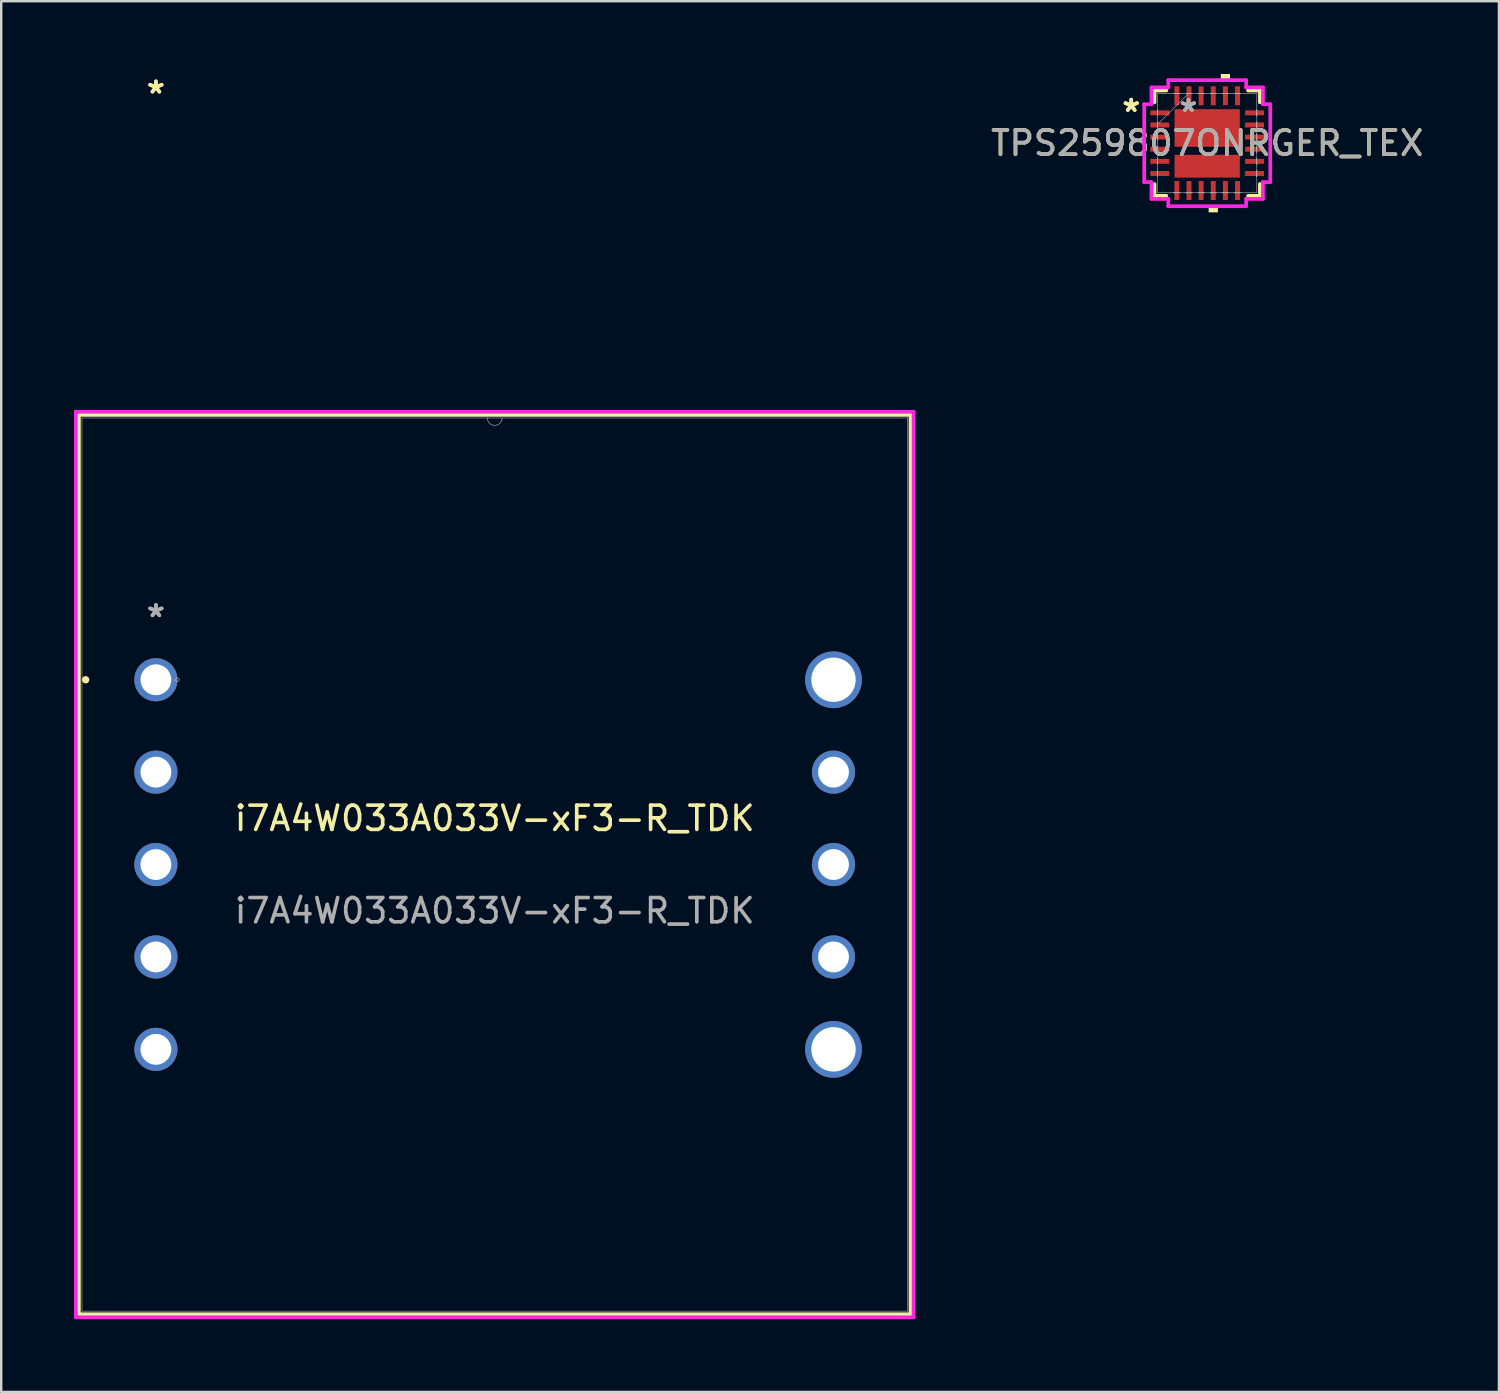
<source format=kicad_pcb>
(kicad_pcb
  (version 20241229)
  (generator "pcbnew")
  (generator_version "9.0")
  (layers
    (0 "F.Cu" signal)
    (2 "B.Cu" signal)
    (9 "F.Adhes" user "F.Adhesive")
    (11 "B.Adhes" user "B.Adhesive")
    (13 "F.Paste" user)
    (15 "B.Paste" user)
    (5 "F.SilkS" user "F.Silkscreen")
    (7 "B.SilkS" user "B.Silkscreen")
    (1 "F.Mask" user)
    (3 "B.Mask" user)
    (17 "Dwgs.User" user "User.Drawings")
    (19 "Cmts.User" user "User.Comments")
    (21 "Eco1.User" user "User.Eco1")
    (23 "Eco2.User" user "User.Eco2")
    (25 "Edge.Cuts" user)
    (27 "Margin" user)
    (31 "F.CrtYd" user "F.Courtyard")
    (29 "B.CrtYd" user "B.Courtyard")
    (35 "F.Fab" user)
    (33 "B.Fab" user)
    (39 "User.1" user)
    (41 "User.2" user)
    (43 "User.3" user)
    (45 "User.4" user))
  (footprint "i7A4W033A033V-xF3-R_TDK"
    (layer "F.Cu")
    (at 3.378 24.978)
    (property "Reference" "i7A4W033A033V-xF3-R_TDK" (at 13.97 5.715 0) (unlocked yes) (layer "F.SilkS") (effects (font (size 1 1) (thickness 0.15))))
    (attr through_hole)
    (fp_line (start -3.175 -10.922) (end -3.175 26.162) (stroke (width 0.152) (type solid)) (layer "F.SilkS"))
    (fp_line (start -3.175 26.162) (end 31.115 26.162) (stroke (width 0.152) (type solid)) (layer "F.SilkS"))
    (fp_line (start 31.115 -10.922) (end -3.175 -10.922) (stroke (width 0.152) (type solid)) (layer "F.SilkS"))
    (fp_line (start 31.115 26.162) (end 31.115 -10.922) (stroke (width 0.152) (type solid)) (layer "F.SilkS"))
    (fp_circle (center -2.896 0) (end -2.819 0) (stroke (width 0.152) (type solid)) (fill no) (layer "F.SilkS"))
    (fp_line (start -3.302 -11.049) (end 31.242 -11.049) (stroke (width 0.152) (type solid)) (layer "F.CrtYd"))
    (fp_line (start -3.302 26.289) (end -3.302 -11.049) (stroke (width 0.152) (type solid)) (layer "F.CrtYd"))
    (fp_line (start 31.242 -11.049) (end 31.242 26.289) (stroke (width 0.152) (type solid)) (layer "F.CrtYd"))
    (fp_line (start 31.242 26.289) (end -3.302 26.289) (stroke (width 0.152) (type solid)) (layer "F.CrtYd"))
    (fp_line (start -3.048 -10.795) (end -3.048 26.035) (stroke (width 0.025) (type solid)) (layer "F.Fab"))
    (fp_line (start -3.048 26.035) (end 30.988 26.035) (stroke (width 0.025) (type solid)) (layer "F.Fab"))
    (fp_line (start 30.988 -10.795) (end -3.048 -10.795) (stroke (width 0.025) (type solid)) (layer "F.Fab"))
    (fp_line (start 30.988 26.035) (end 30.988 -10.795) (stroke (width 0.025) (type solid)) (layer "F.Fab"))
    (fp_arc (start 14.2748 -10.795) (mid 13.97 -10.4902) (end 13.6652 -10.795) (stroke (width 0.0254) (type solid)) (layer "F.Fab"))
    (fp_circle (center 0.889 0) (end 0.965 0) (stroke (width 0.025) (type solid)) (fill no) (layer "F.Fab"))
    (fp_text user "*" (at 0 -24.13 0) (unlocked yes) (layer "F.SilkS") (effects (font (size 1 1) (thickness 0.15))))
    (fp_text user "*" (at 0 -24.13 0) (layer "F.SilkS") (effects (font (size 1 1) (thickness 0.15))))
    (fp_text user "*" (at 0 -2.54 0) (layer "F.Fab") (effects (font (size 1 1) (thickness 0.15))))
    (fp_text user "${REFERENCE}" (at 13.97 9.525 0) (unlocked yes) (layer "F.Fab") (effects (font (size 1 1) (thickness 0.15))))
    (fp_text user "*" (at 0 -2.54 0) (unlocked yes) (layer "F.Fab") (effects (font (size 1 1) (thickness 0.15))))
    (pad "1" thru_hole circle (at 0 0) (size 1.778 1.778) (drill 1.27) (layers "*.Cu" "*.Mask"))
    (pad "2" thru_hole circle (at 0 7.62) (size 1.778 1.778) (drill 1.27) (layers "*.Cu" "*.Mask"))
    (pad "3" thru_hole circle (at 0 15.24) (size 1.778 1.778) (drill 1.27) (layers "*.Cu" "*.Mask"))
    (pad "4" thru_hole circle (at 27.94 15.24) (size 2.337 2.337) (drill 1.829) (layers "*.Cu" "*.Mask"))
    (pad "5" thru_hole circle (at 27.94 11.43) (size 1.778 1.778) (drill 1.27) (layers "*.Cu" "*.Mask"))
    (pad "6" thru_hole circle (at 27.94 7.62) (size 1.778 1.778) (drill 1.27) (layers "*.Cu" "*.Mask"))
    (pad "7" thru_hole circle (at 27.94 3.81) (size 1.778 1.778) (drill 1.27) (layers "*.Cu" "*.Mask"))
    (pad "8" thru_hole circle (at 27.94 0) (size 2.337 2.337) (drill 1.829) (layers "*.Cu" "*.Mask"))
    (pad "9" thru_hole circle (at 0 3.81) (size 1.778 1.778) (drill 1.27) (layers "*.Cu" "*.Mask"))
    (pad "10" thru_hole circle (at 0 11.43) (size 1.778 1.778) (drill 1.27) (layers "*.Cu" "*.Mask")))
  (footprint "TPS259807ONRGER_TEX"
    (layer "F.Cu")
    (at 46.726 2.853)
    (property "Reference" "TPS259807ONRGER_TEX" (at 0 0 0) (unlocked yes) (layer "F.SilkS") (effects (font (size 1 1) (thickness 0.15))))
    (attr smd)
    (fp_line (start -2.172 -2.172) (end -2.172 -1.685) (stroke (width 0.152) (type solid)) (layer "F.SilkS"))
    (fp_line (start -2.172 1.685) (end -2.172 2.172) (stroke (width 0.152) (type solid)) (layer "F.SilkS"))
    (fp_line (start -2.172 2.172) (end -1.685 2.172) (stroke (width 0.152) (type solid)) (layer "F.SilkS"))
    (fp_line (start -1.685 -2.172) (end -2.172 -2.172) (stroke (width 0.152) (type solid)) (layer "F.SilkS"))
    (fp_line (start 1.685 2.172) (end 2.172 2.172) (stroke (width 0.152) (type solid)) (layer "F.SilkS"))
    (fp_line (start 2.172 -2.172) (end 1.685 -2.172) (stroke (width 0.152) (type solid)) (layer "F.SilkS"))
    (fp_line (start 2.172 -1.685) (end 2.172 -2.172) (stroke (width 0.152) (type solid)) (layer "F.SilkS"))
    (fp_line (start 2.172 2.172) (end 2.172 1.685) (stroke (width 0.152) (type solid)) (layer "F.SilkS"))
    (fp_poly (pts (xy 0.059 2.599) (xy 0.059 2.853) (xy 0.441 2.853) (xy 0.441 2.599)) (stroke (width 0) (type solid)) (fill yes) (layer "F.SilkS"))
    (fp_poly (pts (xy 0.56 -2.599) (xy 0.56 -2.853) (xy 0.941 -2.853) (xy 0.941 -2.599)) (stroke (width 0) (type solid)) (fill yes) (layer "F.SilkS"))
    (fp_line (start -2.599 -1.606) (end -2.299 -1.606) (stroke (width 0.152) (type solid)) (layer "F.CrtYd"))
    (fp_line (start -2.599 1.606) (end -2.599 -1.606) (stroke (width 0.152) (type solid)) (layer "F.CrtYd"))
    (fp_line (start -2.299 -2.299) (end -1.606 -2.299) (stroke (width 0.152) (type solid)) (layer "F.CrtYd"))
    (fp_line (start -2.299 -1.606) (end -2.299 -2.299) (stroke (width 0.152) (type solid)) (layer "F.CrtYd"))
    (fp_line (start -2.299 1.606) (end -2.599 1.606) (stroke (width 0.152) (type solid)) (layer "F.CrtYd"))
    (fp_line (start -2.299 2.299) (end -2.299 1.606) (stroke (width 0.152) (type solid)) (layer "F.CrtYd"))
    (fp_line (start -1.606 -2.599) (end 1.606 -2.599) (stroke (width 0.152) (type solid)) (layer "F.CrtYd"))
    (fp_line (start -1.606 -2.299) (end -1.606 -2.599) (stroke (width 0.152) (type solid)) (layer "F.CrtYd"))
    (fp_line (start -1.606 2.299) (end -2.299 2.299) (stroke (width 0.152) (type solid)) (layer "F.CrtYd"))
    (fp_line (start -1.606 2.599) (end -1.606 2.299) (stroke (width 0.152) (type solid)) (layer "F.CrtYd"))
    (fp_line (start 1.606 -2.599) (end 1.606 -2.299) (stroke (width 0.152) (type solid)) (layer "F.CrtYd"))
    (fp_line (start 1.606 -2.299) (end 2.299 -2.299) (stroke (width 0.152) (type solid)) (layer "F.CrtYd"))
    (fp_line (start 1.606 2.299) (end 1.606 2.599) (stroke (width 0.152) (type solid)) (layer "F.CrtYd"))
    (fp_line (start 1.606 2.599) (end -1.606 2.599) (stroke (width 0.152) (type solid)) (layer "F.CrtYd"))
    (fp_line (start 2.299 -2.299) (end 2.299 -1.606) (stroke (width 0.152) (type solid)) (layer "F.CrtYd"))
    (fp_line (start 2.299 -1.606) (end 2.599 -1.606) (stroke (width 0.152) (type solid)) (layer "F.CrtYd"))
    (fp_line (start 2.299 1.606) (end 2.299 2.299) (stroke (width 0.152) (type solid)) (layer "F.CrtYd"))
    (fp_line (start 2.299 2.299) (end 1.606 2.299) (stroke (width 0.152) (type solid)) (layer "F.CrtYd"))
    (fp_line (start 2.599 -1.606) (end 2.599 1.606) (stroke (width 0.152) (type solid)) (layer "F.CrtYd"))
    (fp_line (start 2.599 1.606) (end 2.299 1.606) (stroke (width 0.152) (type solid)) (layer "F.CrtYd"))
    (fp_line (start -2.045 -2.045) (end -2.045 2.045) (stroke (width 0.025) (type solid)) (layer "F.Fab"))
    (fp_line (start -2.045 -1.377) (end -2.045 -1.377) (stroke (width 0.025) (type solid)) (layer "F.Fab"))
    (fp_line (start -2.045 -1.377) (end -2.045 -1.123) (stroke (width 0.025) (type solid)) (layer "F.Fab"))
    (fp_line (start -2.045 -1.123) (end -2.045 -1.377) (stroke (width 0.025) (type solid)) (layer "F.Fab"))
    (fp_line (start -2.045 -1.123) (end -2.045 -1.123) (stroke (width 0.025) (type solid)) (layer "F.Fab"))
    (fp_line (start -2.045 -0.877) (end -2.045 -0.877) (stroke (width 0.025) (type solid)) (layer "F.Fab"))
    (fp_line (start -2.045 -0.877) (end -2.045 -0.623) (stroke (width 0.025) (type solid)) (layer "F.Fab"))
    (fp_line (start -2.045 -0.775) (end -0.775 -2.045) (stroke (width 0.025) (type solid)) (layer "F.Fab"))
    (fp_line (start -2.045 -0.623) (end -2.045 -0.877) (stroke (width 0.025) (type solid)) (layer "F.Fab"))
    (fp_line (start -2.045 -0.623) (end -2.045 -0.623) (stroke (width 0.025) (type solid)) (layer "F.Fab"))
    (fp_line (start -2.045 -0.377) (end -2.045 -0.377) (stroke (width 0.025) (type solid)) (layer "F.Fab"))
    (fp_line (start -2.045 -0.377) (end -2.045 -0.123) (stroke (width 0.025) (type solid)) (layer "F.Fab"))
    (fp_line (start -2.045 -0.123) (end -2.045 -0.377) (stroke (width 0.025) (type solid)) (layer "F.Fab"))
    (fp_line (start -2.045 -0.123) (end -2.045 -0.123) (stroke (width 0.025) (type solid)) (layer "F.Fab"))
    (fp_line (start -2.045 0.123) (end -2.045 0.123) (stroke (width 0.025) (type solid)) (layer "F.Fab"))
    (fp_line (start -2.045 0.123) (end -2.045 0.377) (stroke (width 0.025) (type solid)) (layer "F.Fab"))
    (fp_line (start -2.045 0.377) (end -2.045 0.123) (stroke (width 0.025) (type solid)) (layer "F.Fab"))
    (fp_line (start -2.045 0.377) (end -2.045 0.377) (stroke (width 0.025) (type solid)) (layer "F.Fab"))
    (fp_line (start -2.045 0.623) (end -2.045 0.623) (stroke (width 0.025) (type solid)) (layer "F.Fab"))
    (fp_line (start -2.045 0.623) (end -2.045 0.877) (stroke (width 0.025) (type solid)) (layer "F.Fab"))
    (fp_line (start -2.045 0.877) (end -2.045 0.623) (stroke (width 0.025) (type solid)) (layer "F.Fab"))
    (fp_line (start -2.045 0.877) (end -2.045 0.877) (stroke (width 0.025) (type solid)) (layer "F.Fab"))
    (fp_line (start -2.045 1.123) (end -2.045 1.123) (stroke (width 0.025) (type solid)) (layer "F.Fab"))
    (fp_line (start -2.045 1.123) (end -2.045 1.377) (stroke (width 0.025) (type solid)) (layer "F.Fab"))
    (fp_line (start -2.045 1.377) (end -2.045 1.123) (stroke (width 0.025) (type solid)) (layer "F.Fab"))
    (fp_line (start -2.045 1.377) (end -2.045 1.377) (stroke (width 0.025) (type solid)) (layer "F.Fab"))
    (fp_line (start -2.045 2.045) (end 2.045 2.045) (stroke (width 0.025) (type solid)) (layer "F.Fab"))
    (fp_line (start -1.377 -2.045) (end -1.377 -2.045) (stroke (width 0.025) (type solid)) (layer "F.Fab"))
    (fp_line (start -1.377 -2.045) (end -1.123 -2.045) (stroke (width 0.025) (type solid)) (layer "F.Fab"))
    (fp_line (start -1.377 2.045) (end -1.377 2.045) (stroke (width 0.025) (type solid)) (layer "F.Fab"))
    (fp_line (start -1.377 2.045) (end -1.123 2.045) (stroke (width 0.025) (type solid)) (layer "F.Fab"))
    (fp_line (start -1.123 -2.045) (end -1.377 -2.045) (stroke (width 0.025) (type solid)) (layer "F.Fab"))
    (fp_line (start -1.123 -2.045) (end -1.123 -2.045) (stroke (width 0.025) (type solid)) (layer "F.Fab"))
    (fp_line (start -1.123 2.045) (end -1.377 2.045) (stroke (width 0.025) (type solid)) (layer "F.Fab"))
    (fp_line (start -1.123 2.045) (end -1.123 2.045) (stroke (width 0.025) (type solid)) (layer "F.Fab"))
    (fp_line (start -0.877 -2.045) (end -0.877 -2.045) (stroke (width 0.025) (type solid)) (layer "F.Fab"))
    (fp_line (start -0.877 -2.045) (end -0.623 -2.045) (stroke (width 0.025) (type solid)) (layer "F.Fab"))
    (fp_line (start -0.877 2.045) (end -0.877 2.045) (stroke (width 0.025) (type solid)) (layer "F.Fab"))
    (fp_line (start -0.877 2.045) (end -0.623 2.045) (stroke (width 0.025) (type solid)) (layer "F.Fab"))
    (fp_line (start -0.623 -2.045) (end -0.877 -2.045) (stroke (width 0.025) (type solid)) (layer "F.Fab"))
    (fp_line (start -0.623 -2.045) (end -0.623 -2.045) (stroke (width 0.025) (type solid)) (layer "F.Fab"))
    (fp_line (start -0.623 2.045) (end -0.877 2.045) (stroke (width 0.025) (type solid)) (layer "F.Fab"))
    (fp_line (start -0.623 2.045) (end -0.623 2.045) (stroke (width 0.025) (type solid)) (layer "F.Fab"))
    (fp_line (start -0.377 -2.045) (end -0.377 -2.045) (stroke (width 0.025) (type solid)) (layer "F.Fab"))
    (fp_line (start -0.377 -2.045) (end -0.123 -2.045) (stroke (width 0.025) (type solid)) (layer "F.Fab"))
    (fp_line (start -0.377 2.045) (end -0.377 2.045) (stroke (width 0.025) (type solid)) (layer "F.Fab"))
    (fp_line (start -0.377 2.045) (end -0.123 2.045) (stroke (width 0.025) (type solid)) (layer "F.Fab"))
    (fp_line (start -0.123 -2.045) (end -0.377 -2.045) (stroke (width 0.025) (type solid)) (layer "F.Fab"))
    (fp_line (start -0.123 -2.045) (end -0.123 -2.045) (stroke (width 0.025) (type solid)) (layer "F.Fab"))
    (fp_line (start -0.123 2.045) (end -0.377 2.045) (stroke (width 0.025) (type solid)) (layer "F.Fab"))
    (fp_line (start -0.123 2.045) (end -0.123 2.045) (stroke (width 0.025) (type solid)) (layer "F.Fab"))
    (fp_line (start 0.123 -2.045) (end 0.123 -2.045) (stroke (width 0.025) (type solid)) (layer "F.Fab"))
    (fp_line (start 0.123 -2.045) (end 0.377 -2.045) (stroke (width 0.025) (type solid)) (layer "F.Fab"))
    (fp_line (start 0.123 2.045) (end 0.123 2.045) (stroke (width 0.025) (type solid)) (layer "F.Fab"))
    (fp_line (start 0.123 2.045) (end 0.377 2.045) (stroke (width 0.025) (type solid)) (layer "F.Fab"))
    (fp_line (start 0.377 -2.045) (end 0.123 -2.045) (stroke (width 0.025) (type solid)) (layer "F.Fab"))
    (fp_line (start 0.377 -2.045) (end 0.377 -2.045) (stroke (width 0.025) (type solid)) (layer "F.Fab"))
    (fp_line (start 0.377 2.045) (end 0.123 2.045) (stroke (width 0.025) (type solid)) (layer "F.Fab"))
    (fp_line (start 0.377 2.045) (end 0.377 2.045) (stroke (width 0.025) (type solid)) (layer "F.Fab"))
    (fp_line (start 0.623 -2.045) (end 0.623 -2.045) (stroke (width 0.025) (type solid)) (layer "F.Fab"))
    (fp_line (start 0.623 -2.045) (end 0.877 -2.045) (stroke (width 0.025) (type solid)) (layer "F.Fab"))
    (fp_line (start 0.623 2.045) (end 0.623 2.045) (stroke (width 0.025) (type solid)) (layer "F.Fab"))
    (fp_line (start 0.623 2.045) (end 0.877 2.045) (stroke (width 0.025) (type solid)) (layer "F.Fab"))
    (fp_line (start 0.877 -2.045) (end 0.623 -2.045) (stroke (width 0.025) (type solid)) (layer "F.Fab"))
    (fp_line (start 0.877 -2.045) (end 0.877 -2.045) (stroke (width 0.025) (type solid)) (layer "F.Fab"))
    (fp_line (start 0.877 2.045) (end 0.623 2.045) (stroke (width 0.025) (type solid)) (layer "F.Fab"))
    (fp_line (start 0.877 2.045) (end 0.877 2.045) (stroke (width 0.025) (type solid)) (layer "F.Fab"))
    (fp_line (start 1.123 -2.045) (end 1.123 -2.045) (stroke (width 0.025) (type solid)) (layer "F.Fab"))
    (fp_line (start 1.123 -2.045) (end 1.377 -2.045) (stroke (width 0.025) (type solid)) (layer "F.Fab"))
    (fp_line (start 1.123 2.045) (end 1.123 2.045) (stroke (width 0.025) (type solid)) (layer "F.Fab"))
    (fp_line (start 1.123 2.045) (end 1.377 2.045) (stroke (width 0.025) (type solid)) (layer "F.Fab"))
    (fp_line (start 1.377 -2.045) (end 1.123 -2.045) (stroke (width 0.025) (type solid)) (layer "F.Fab"))
    (fp_line (start 1.377 -2.045) (end 1.377 -2.045) (stroke (width 0.025) (type solid)) (layer "F.Fab"))
    (fp_line (start 1.377 2.045) (end 1.123 2.045) (stroke (width 0.025) (type solid)) (layer "F.Fab"))
    (fp_line (start 1.377 2.045) (end 1.377 2.045) (stroke (width 0.025) (type solid)) (layer "F.Fab"))
    (fp_line (start 2.045 -2.045) (end -2.045 -2.045) (stroke (width 0.025) (type solid)) (layer "F.Fab"))
    (fp_line (start 2.045 -1.377) (end 2.045 -1.377) (stroke (width 0.025) (type solid)) (layer "F.Fab"))
    (fp_line (start 2.045 -1.377) (end 2.045 -1.123) (stroke (width 0.025) (type solid)) (layer "F.Fab"))
    (fp_line (start 2.045 -1.123) (end 2.045 -1.377) (stroke (width 0.025) (type solid)) (layer "F.Fab"))
    (fp_line (start 2.045 -1.123) (end 2.045 -1.123) (stroke (width 0.025) (type solid)) (layer "F.Fab"))
    (fp_line (start 2.045 -0.877) (end 2.045 -0.877) (stroke (width 0.025) (type solid)) (layer "F.Fab"))
    (fp_line (start 2.045 -0.877) (end 2.045 -0.623) (stroke (width 0.025) (type solid)) (layer "F.Fab"))
    (fp_line (start 2.045 -0.623) (end 2.045 -0.877) (stroke (width 0.025) (type solid)) (layer "F.Fab"))
    (fp_line (start 2.045 -0.623) (end 2.045 -0.623) (stroke (width 0.025) (type solid)) (layer "F.Fab"))
    (fp_line (start 2.045 -0.377) (end 2.045 -0.377) (stroke (width 0.025) (type solid)) (layer "F.Fab"))
    (fp_line (start 2.045 -0.377) (end 2.045 -0.123) (stroke (width 0.025) (type solid)) (layer "F.Fab"))
    (fp_line (start 2.045 -0.123) (end 2.045 -0.377) (stroke (width 0.025) (type solid)) (layer "F.Fab"))
    (fp_line (start 2.045 -0.123) (end 2.045 -0.123) (stroke (width 0.025) (type solid)) (layer "F.Fab"))
    (fp_line (start 2.045 0.123) (end 2.045 0.123) (stroke (width 0.025) (type solid)) (layer "F.Fab"))
    (fp_line (start 2.045 0.123) (end 2.045 0.377) (stroke (width 0.025) (type solid)) (layer "F.Fab"))
    (fp_line (start 2.045 0.377) (end 2.045 0.123) (stroke (width 0.025) (type solid)) (layer "F.Fab"))
    (fp_line (start 2.045 0.377) (end 2.045 0.377) (stroke (width 0.025) (type solid)) (layer "F.Fab"))
    (fp_line (start 2.045 0.623) (end 2.045 0.623) (stroke (width 0.025) (type solid)) (layer "F.Fab"))
    (fp_line (start 2.045 0.623) (end 2.045 0.877) (stroke (width 0.025) (type solid)) (layer "F.Fab"))
    (fp_line (start 2.045 0.877) (end 2.045 0.623) (stroke (width 0.025) (type solid)) (layer "F.Fab"))
    (fp_line (start 2.045 0.877) (end 2.045 0.877) (stroke (width 0.025) (type solid)) (layer "F.Fab"))
    (fp_line (start 2.045 1.123) (end 2.045 1.123) (stroke (width 0.025) (type solid)) (layer "F.Fab"))
    (fp_line (start 2.045 1.123) (end 2.045 1.377) (stroke (width 0.025) (type solid)) (layer "F.Fab"))
    (fp_line (start 2.045 1.377) (end 2.045 1.123) (stroke (width 0.025) (type solid)) (layer "F.Fab"))
    (fp_line (start 2.045 1.377) (end 2.045 1.377) (stroke (width 0.025) (type solid)) (layer "F.Fab"))
    (fp_line (start 2.045 2.045) (end 2.045 -2.045) (stroke (width 0.025) (type solid)) (layer "F.Fab"))
    (fp_text user "*" (at -3.132 -1.25 0) (layer "F.SilkS") (effects (font (size 1 1) (thickness 0.15))))
    (fp_text user "*" (at -3.132 -1.25 0) (unlocked yes) (layer "F.SilkS") (effects (font (size 1 1) (thickness 0.15))))
    (fp_text user "${REFERENCE}" (at 0 0 0) (unlocked yes) (layer "F.Fab") (effects (font (size 1 1) (thickness 0.15))))
    (fp_text user "*" (at -0.775 -1.25 0) (layer "F.Fab") (effects (font (size 1 1) (thickness 0.15))))
    (fp_text user "*" (at -0.775 -1.25 0) (unlocked yes) (layer "F.Fab") (effects (font (size 1 1) (thickness 0.15))))
    (pad "1" smd rect (at -1.953 -1.25 90) (size 0.204 0.783) (layers "F.Cu" "F.Mask" "F.Paste"))
    (pad "2" smd rect (at -1.953 -0.75 90) (size 0.204 0.783) (layers "F.Cu" "F.Mask" "F.Paste"))
    (pad "3" smd rect (at -1.953 -0.25 90) (size 0.204 0.783) (layers "F.Cu" "F.Mask" "F.Paste"))
    (pad "4" smd rect (at -1.953 0.25 90) (size 0.204 0.783) (layers "F.Cu" "F.Mask" "F.Paste"))
    (pad "5" smd rect (at -1.953 0.75 90) (size 0.204 0.783) (layers "F.Cu" "F.Mask" "F.Paste"))
    (pad "6" smd rect (at -1.953 1.25 90) (size 0.204 0.783) (layers "F.Cu" "F.Mask" "F.Paste"))
    (pad "7" smd rect (at -1.25 1.953) (size 0.204 0.783) (layers "F.Cu" "F.Mask" "F.Paste"))
    (pad "8" smd rect (at -0.75 1.953) (size 0.204 0.783) (layers "F.Cu" "F.Mask" "F.Paste"))
    (pad "9" smd rect (at -0.25 1.953) (size 0.204 0.783) (layers "F.Cu" "F.Mask" "F.Paste"))
    (pad "10" smd rect (at 0.25 1.953) (size 0.204 0.783) (layers "F.Cu" "F.Mask" "F.Paste"))
    (pad "11" smd rect (at 0.75 1.953) (size 0.204 0.783) (layers "F.Cu" "F.Mask" "F.Paste"))
    (pad "12" smd rect (at 1.25 1.953) (size 0.204 0.783) (layers "F.Cu" "F.Mask" "F.Paste"))
    (pad "13" smd rect (at 1.953 1.25 90) (size 0.204 0.783) (layers "F.Cu" "F.Mask" "F.Paste"))
    (pad "14" smd rect (at 1.953 0.75 90) (size 0.204 0.783) (layers "F.Cu" "F.Mask" "F.Paste"))
    (pad "15" smd rect (at 1.953 0.25 90) (size 0.204 0.783) (layers "F.Cu" "F.Mask" "F.Paste"))
    (pad "16" smd rect (at 1.953 -0.25 90) (size 0.204 0.783) (layers "F.Cu" "F.Mask" "F.Paste"))
    (pad "17" smd rect (at 1.953 -0.75 90) (size 0.204 0.783) (layers "F.Cu" "F.Mask" "F.Paste"))
    (pad "18" smd rect (at 1.953 -1.25 90) (size 0.204 0.783) (layers "F.Cu" "F.Mask" "F.Paste"))
    (pad "19" smd rect (at 1.25 -1.953) (size 0.204 0.783) (layers "F.Cu" "F.Mask" "F.Paste"))
    (pad "20" smd rect (at 0.75 -1.953) (size 0.204 0.783) (layers "F.Cu" "F.Mask" "F.Paste"))
    (pad "21" smd rect (at 0.25 -1.953) (size 0.204 0.783) (layers "F.Cu" "F.Mask" "F.Paste"))
    (pad "22" smd rect (at -0.25 -1.953) (size 0.204 0.783) (layers "F.Cu" "F.Mask" "F.Paste"))
    (pad "23" smd rect (at -0.75 -1.953) (size 0.204 0.783) (layers "F.Cu" "F.Mask" "F.Paste"))
    (pad "24" smd rect (at -1.25 -1.953) (size 0.204 0.783) (layers "F.Cu" "F.Mask" "F.Paste"))
    (pad "25" smd rect (at 0 -0.625) (size 2.692 1.549) (layers "F.Cu" "F.Mask" "F.Paste"))
    (pad "26" smd rect (at 0 0.95) (size 2.692 0.94) (layers "F.Cu" "F.Mask" "F.Paste")))
  (gr_rect
    (start -3 -3)
    (end 58.756 54.343)
    (stroke (width 0.1) (type default))
    (fill no)
    (layer "Edge.Cuts")))
</source>
